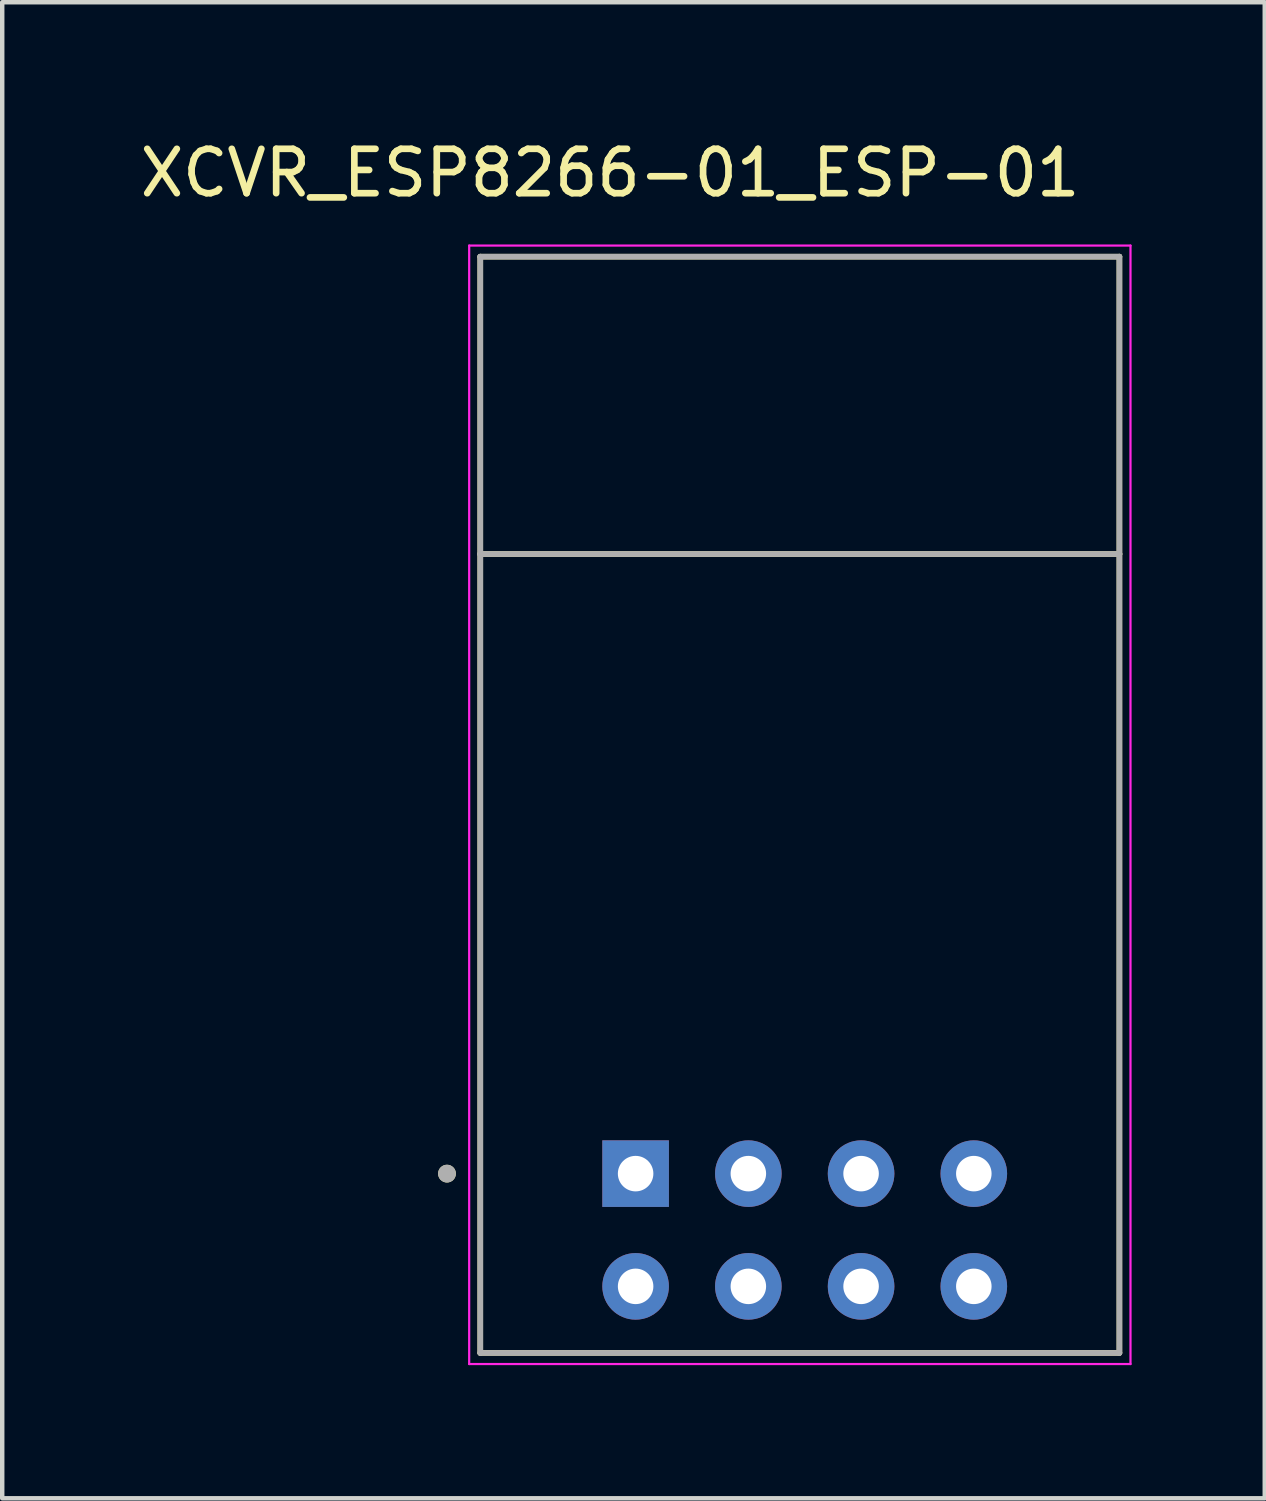
<source format=kicad_pcb>
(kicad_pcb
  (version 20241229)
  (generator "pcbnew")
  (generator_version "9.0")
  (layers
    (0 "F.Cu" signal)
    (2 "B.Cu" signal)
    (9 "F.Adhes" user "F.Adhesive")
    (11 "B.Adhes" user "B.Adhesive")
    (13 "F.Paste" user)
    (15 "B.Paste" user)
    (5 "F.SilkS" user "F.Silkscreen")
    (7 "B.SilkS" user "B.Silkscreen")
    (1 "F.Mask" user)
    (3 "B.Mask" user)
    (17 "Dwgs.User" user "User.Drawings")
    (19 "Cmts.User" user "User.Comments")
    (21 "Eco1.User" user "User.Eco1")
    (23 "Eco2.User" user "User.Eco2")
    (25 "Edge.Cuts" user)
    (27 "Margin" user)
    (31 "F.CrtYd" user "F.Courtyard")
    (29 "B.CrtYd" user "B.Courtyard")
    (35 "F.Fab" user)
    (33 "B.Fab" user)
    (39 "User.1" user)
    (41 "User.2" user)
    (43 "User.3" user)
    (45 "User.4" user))
  (footprint "XCVR_ESP8266-01_ESP-01"
    (layer "F.Cu")
    (at 15.081 15.083)
    (property "Reference" "XCVR_ESP8266-01_ESP-01" (at -4.385 -14.235 0) (layer "F.SilkS") (effects (font (size 1 1) (thickness 0.15))))
    (attr through_hole)
    (fp_line (start -7.31 -12.35) (end 7.09 -12.35) (stroke (width 0.127) (type solid)) (layer "F.SilkS"))
    (fp_line (start -7.31 -5.65) (end -7.31 -12.35) (stroke (width 0.127) (type solid)) (layer "F.SilkS"))
    (fp_line (start -7.31 12.35) (end -7.31 -5.65) (stroke (width 0.127) (type solid)) (layer "F.SilkS"))
    (fp_line (start 7.09 -12.35) (end 7.09 -5.65) (stroke (width 0.127) (type solid)) (layer "F.SilkS"))
    (fp_line (start 7.09 -5.65) (end -7.31 -5.65) (stroke (width 0.127) (type solid)) (layer "F.SilkS"))
    (fp_line (start 7.09 -5.65) (end 7.09 12.35) (stroke (width 0.127) (type solid)) (layer "F.SilkS"))
    (fp_line (start 7.09 12.35) (end -7.31 12.35) (stroke (width 0.127) (type solid)) (layer "F.SilkS"))
    (fp_circle (center -8.06 8.31) (end -7.96 8.31) (stroke (width 0.2) (type solid)) (fill no) (layer "F.SilkS"))
    (fp_line (start -7.56 -12.6) (end -7.56 12.6) (stroke (width 0.05) (type solid)) (layer "F.CrtYd"))
    (fp_line (start -7.56 12.6) (end 7.34 12.6) (stroke (width 0.05) (type solid)) (layer "F.CrtYd"))
    (fp_line (start 7.34 -12.6) (end -7.56 -12.6) (stroke (width 0.05) (type solid)) (layer "F.CrtYd"))
    (fp_line (start 7.34 12.6) (end 7.34 -12.6) (stroke (width 0.05) (type solid)) (layer "F.CrtYd"))
    (fp_line (start -7.31 -12.35) (end 7.09 -12.35) (stroke (width 0.127) (type solid)) (layer "F.Fab"))
    (fp_line (start -7.31 -5.65) (end -7.31 -12.35) (stroke (width 0.127) (type solid)) (layer "F.Fab"))
    (fp_line (start -7.31 12.35) (end -7.31 -5.65) (stroke (width 0.127) (type solid)) (layer "F.Fab"))
    (fp_line (start 7.09 -12.35) (end 7.09 -5.65) (stroke (width 0.127) (type solid)) (layer "F.Fab"))
    (fp_line (start 7.09 -5.65) (end -7.31 -5.65) (stroke (width 0.127) (type solid)) (layer "F.Fab"))
    (fp_line (start 7.09 -5.65) (end 7.09 12.35) (stroke (width 0.127) (type solid)) (layer "F.Fab"))
    (fp_line (start 7.09 12.35) (end -7.31 12.35) (stroke (width 0.127) (type solid)) (layer "F.Fab"))
    (fp_circle (center -8.06 8.31) (end -7.96 8.31) (stroke (width 0.2) (type solid)) (fill no) (layer "F.Fab"))
    (pad "1" thru_hole rect (at -3.81 8.31) (size 1.5 1.5) (drill 0.8) (layers "*.Cu" "*.Mask"))
    (pad "2" thru_hole circle (at -1.27 8.31) (size 1.5 1.5) (drill 0.8) (layers "*.Cu" "*.Mask"))
    (pad "3" thru_hole circle (at 1.27 8.31) (size 1.5 1.5) (drill 0.8) (layers "*.Cu" "*.Mask"))
    (pad "4" thru_hole circle (at 3.81 8.31) (size 1.5 1.5) (drill 0.8) (layers "*.Cu" "*.Mask"))
    (pad "5" thru_hole circle (at -3.81 10.85) (size 1.5 1.5) (drill 0.8) (layers "*.Cu" "*.Mask"))
    (pad "6" thru_hole circle (at -1.27 10.85) (size 1.5 1.5) (drill 0.8) (layers "*.Cu" "*.Mask"))
    (pad "7" thru_hole circle (at 1.27 10.85) (size 1.5 1.5) (drill 0.8) (layers "*.Cu" "*.Mask"))
    (pad "8" thru_hole circle (at 3.81 10.85) (size 1.5 1.5) (drill 0.8) (layers "*.Cu" "*.Mask"))
    (zone (net_name "") (layer "F.Cu") (hatch full 0.508) (connect_pads) (min_thickness 0.01) (filled_areas_thickness no) (keepout (tracks not_allowed) (vias not_allowed) (pads not_allowed) (copperpour not_allowed) (footprints allowed)) (placement (enabled no)) (fill) (polygon (pts (xy 7.771 2.733) (xy 22.171 2.733) (xy 22.171 9.433) (xy 7.771 9.433))))
    (zone (net_name "") (layers "F.Cu" "B.Cu") (hatch full 0.508) (connect_pads) (min_thickness 0.01) (filled_areas_thickness no) (keepout (tracks allowed) (vias not_allowed) (pads allowed) (copperpour allowed) (footprints allowed)) (placement (enabled no)) (fill) (polygon (pts (xy 7.771 2.733) (xy 22.171 2.733) (xy 22.171 9.433) (xy 7.771 9.433)))))
  (gr_rect
    (start -3 -3)
    (end 25.446 30.708)
    (stroke (width 0.1) (type default))
    (fill no)
    (layer "Edge.Cuts")))
</source>
